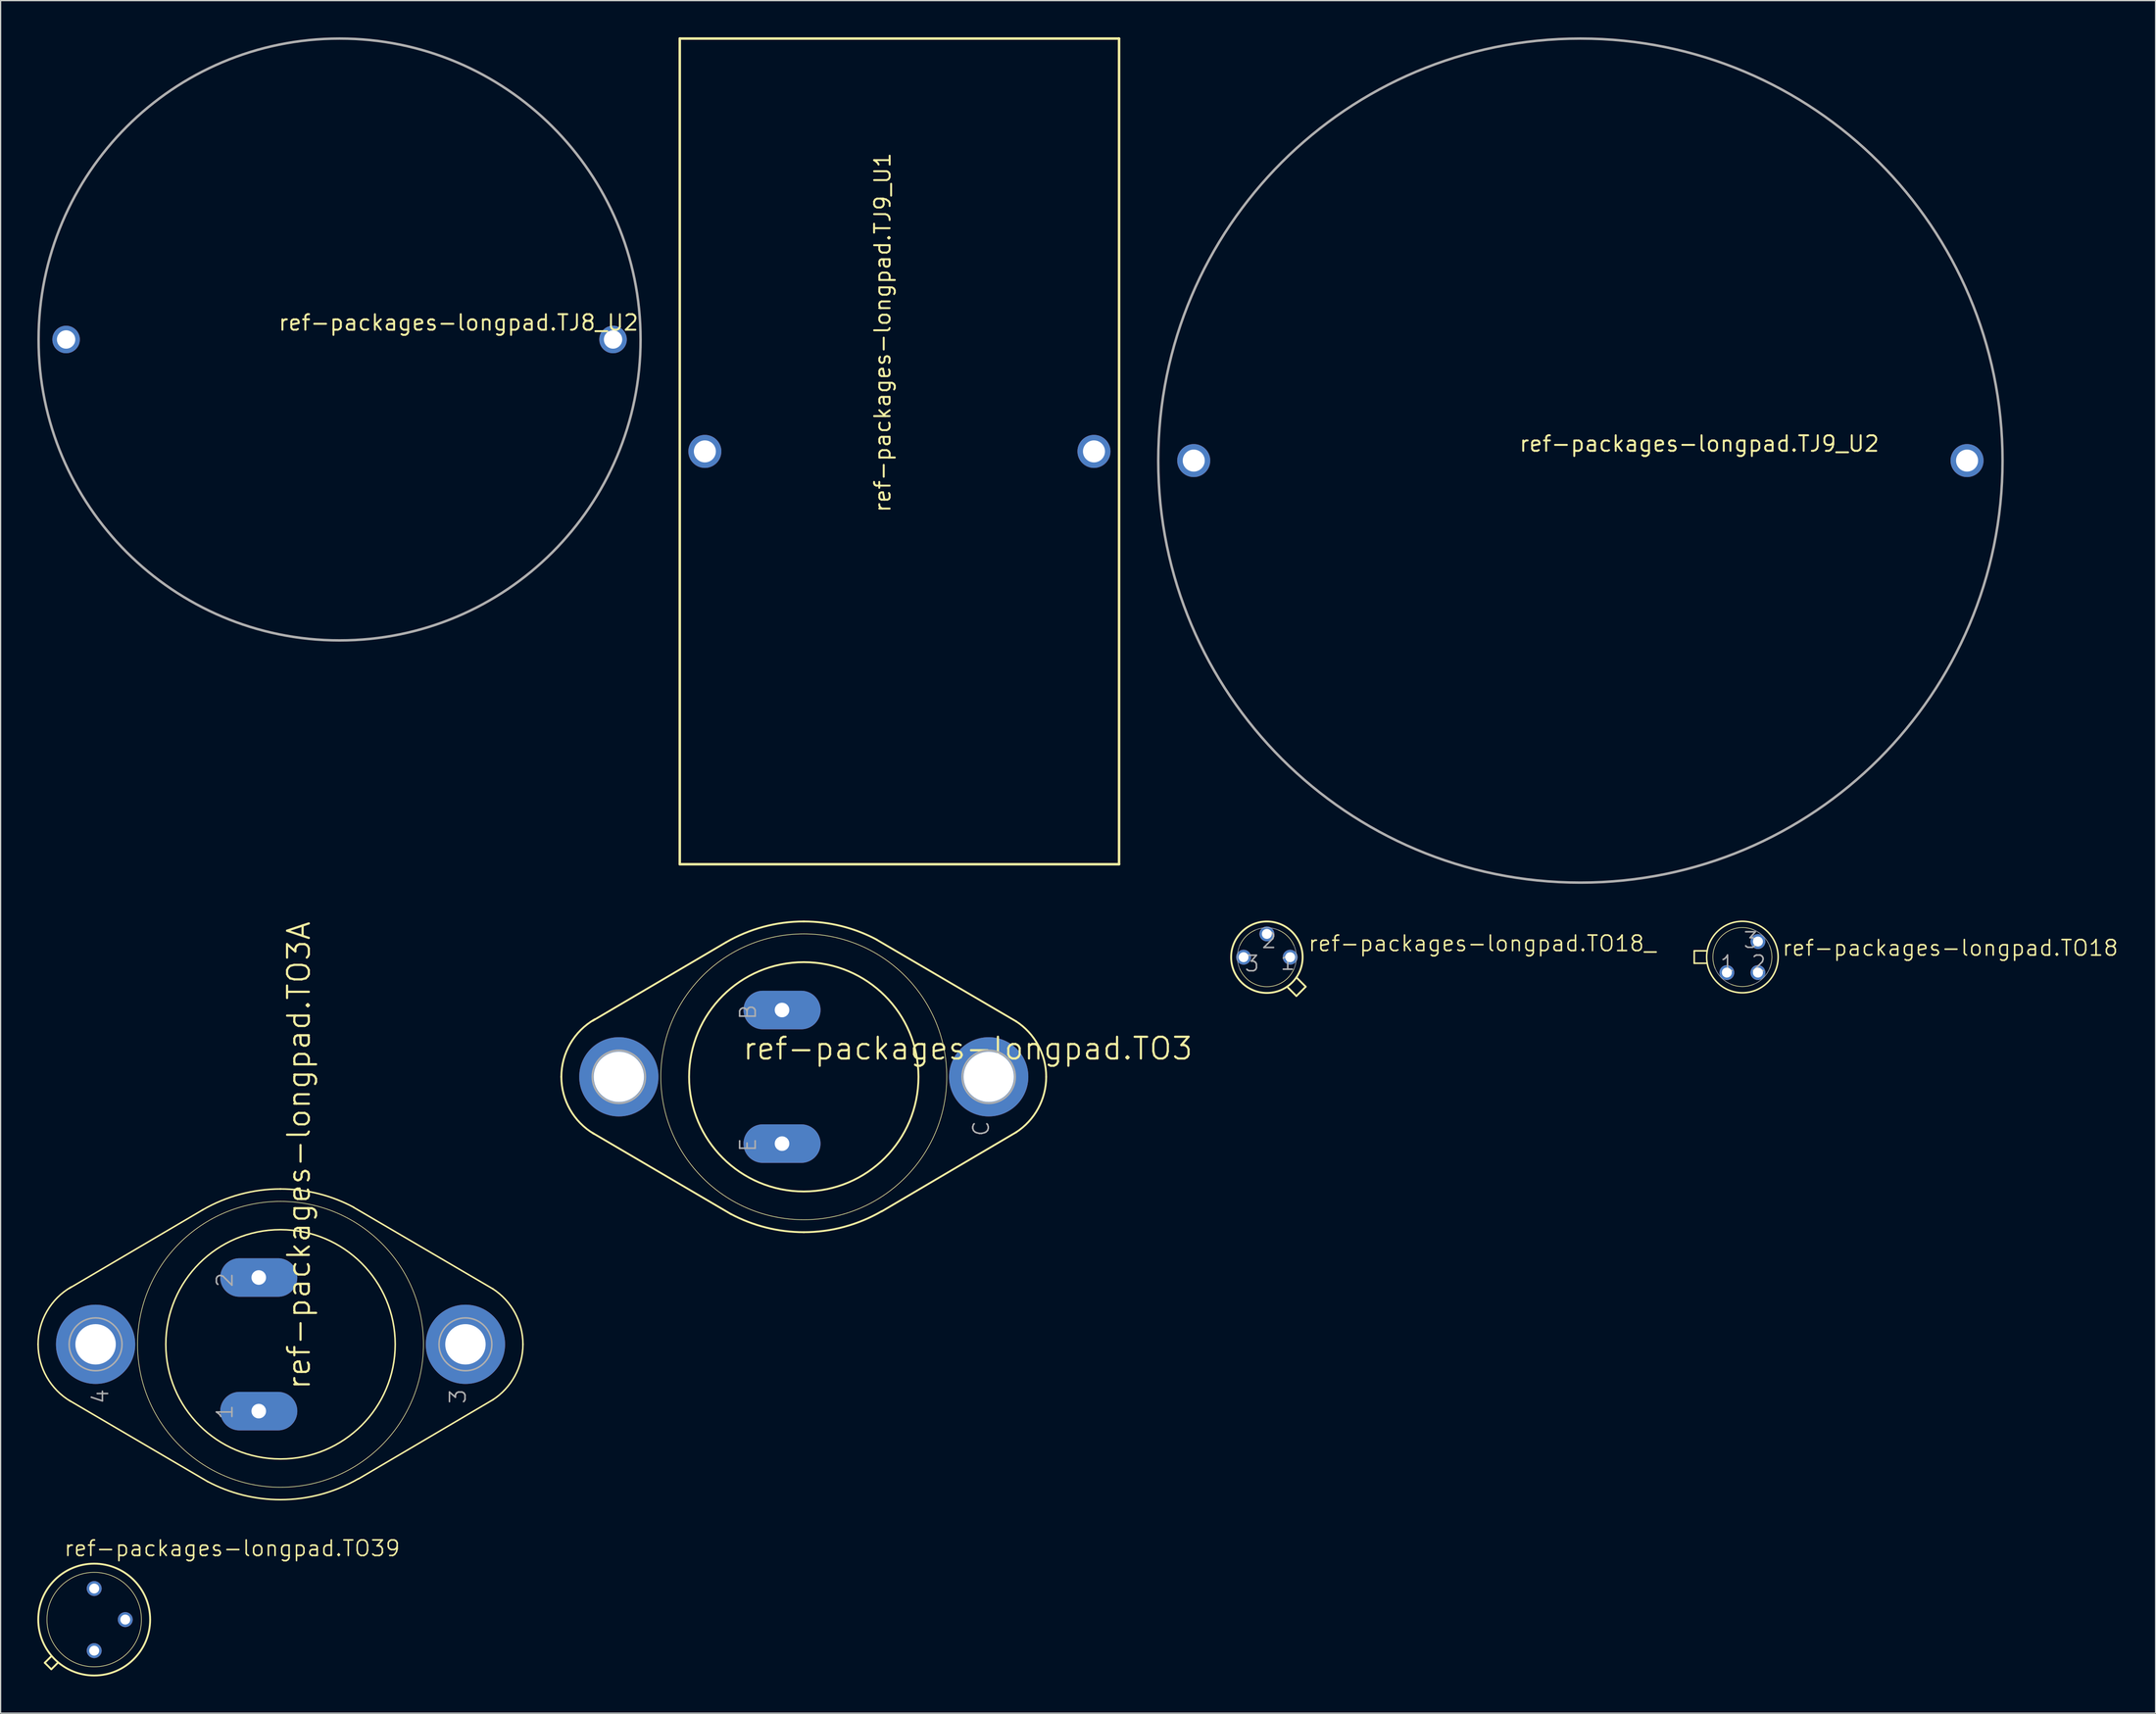
<source format=kicad_pcb>
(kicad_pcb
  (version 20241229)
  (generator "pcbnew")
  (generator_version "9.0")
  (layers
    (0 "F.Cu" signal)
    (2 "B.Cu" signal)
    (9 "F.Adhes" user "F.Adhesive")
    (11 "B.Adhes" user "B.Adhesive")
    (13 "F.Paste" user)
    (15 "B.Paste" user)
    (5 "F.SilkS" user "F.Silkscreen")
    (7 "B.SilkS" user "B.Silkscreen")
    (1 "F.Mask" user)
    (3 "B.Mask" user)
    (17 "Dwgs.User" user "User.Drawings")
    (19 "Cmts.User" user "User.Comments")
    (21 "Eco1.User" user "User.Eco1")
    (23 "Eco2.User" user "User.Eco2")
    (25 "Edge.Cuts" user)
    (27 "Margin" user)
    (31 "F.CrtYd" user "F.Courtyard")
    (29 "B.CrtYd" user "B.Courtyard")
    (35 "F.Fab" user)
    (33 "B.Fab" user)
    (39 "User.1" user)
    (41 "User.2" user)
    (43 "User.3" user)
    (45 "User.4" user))
  (footprint "ref-packages-longpad.TJ9_U1"
    (layer "F.Cu")
    (at 70.455 33.852)
    (property "Reference" "ref-packages-longpad.TJ9_U1" (at -0.635 5.08 90) (layer "F.SilkS") (effects (font (size 1.27 1.27) (thickness 0.16)) (justify left bottom)))
    (attr through_hole)
    (fp_line (start -17.95 -33.75) (end 17.95 -33.75) (stroke (width 0.203) (type default)) (layer "F.SilkS"))
    (fp_line (start -17.95 33.75) (end -17.95 -33.75) (stroke (width 0.203) (type default)) (layer "F.SilkS"))
    (fp_line (start 17.95 -33.75) (end 17.95 33.75) (stroke (width 0.203) (type default)) (layer "F.SilkS"))
    (fp_line (start 17.95 33.75) (end -17.95 33.75) (stroke (width 0.203) (type default)) (layer "F.SilkS"))
    (pad "1" thru_hole circle (at -15.9 0) (size 2.7 2.7) (drill 1.8) (layers "*.Cu" "*.Mask"))
    (pad "2" thru_hole circle (at 15.9 0) (size 2.7 2.7) (drill 1.8) (layers "*.Cu" "*.Mask")))
  (footprint "ref-packages-longpad.TO3A"
    (layer "F.Cu")
    (at 19.875 106.847)
    (property "Reference" "ref-packages-longpad.TO3A" (at 2.54 3.81 90) (layer "F.SilkS") (effects (font (size 1.778 1.778) (thickness 0.18)) (justify left bottom)))
    (attr through_hole)
    (fp_line (start -6.35 -10.998) (end -17.272 -4.572) (stroke (width 0.127) (type default)) (layer "F.SilkS"))
    (fp_line (start -5.944 11.227) (end -17.247 4.597) (stroke (width 0.127) (type default)) (layer "F.SilkS"))
    (fp_line (start 5.969 -11.201) (end 17.374 -4.521) (stroke (width 0.127) (type default)) (layer "F.SilkS"))
    (fp_line (start 6.375 10.998) (end 17.374 4.521) (stroke (width 0.127) (type default)) (layer "F.SilkS"))
    (fp_arc (start -19.812 0) (mid -19.08306 -2.712168) (end -17.0927 -4.6935) (stroke (width 0.127) (type default)) (layer "F.SilkS"))
    (fp_arc (start -17.1555 4.657) (mid -19.101186 2.680705) (end -19.812 0) (stroke (width 0.127) (type default)) (layer "F.SilkS"))
    (fp_arc (start -6.3718 -10.9859) (mid -3.299165 -12.263989) (end 0 -12.7) (stroke (width 0.127) (type default)) (layer "F.SilkS"))
    (fp_arc (start 0 -12.7) (mid 3.080216 -12.320822) (end 5.9765 -11.2059) (stroke (width 0.127) (type default)) (layer "F.SilkS"))
    (fp_arc (start 0 12.7) (mid -3.080216 12.320822) (end -5.9765 11.2059) (stroke (width 0.127) (type default)) (layer "F.SilkS"))
    (fp_arc (start 6.3718 10.9859) (mid 3.299165 12.263989) (end 0 12.7) (stroke (width 0.127) (type default)) (layer "F.SilkS"))
    (fp_arc (start 17.3366 -4.545) (mid 19.153012 -2.587691) (end 19.812 0) (stroke (width 0.127) (type default)) (layer "F.SilkS"))
    (fp_arc (start 19.812 0) (mid 19.153012 2.587691) (end 17.3366 4.545) (stroke (width 0.127) (type default)) (layer "F.SilkS"))
    (fp_circle (center 0 0) (end 9.373 0) (stroke (width 0.127) (type default)) (fill no) (layer "F.SilkS"))
    (fp_circle (center 0 0) (end 11.684 0) (stroke (width 0.051) (type default)) (fill no) (layer "F.SilkS"))
    (fp_circle (center -15.113 0) (end -12.954 0) (stroke (width 0.127) (type default)) (fill no) (layer "F.Fab"))
    (fp_circle (center 15.113 0) (end 17.272 0) (stroke (width 0.127) (type default)) (fill no) (layer "F.Fab"))
    (fp_text user "2" (at -3.81 -4.572 90) (layer "F.Fab") (effects (font (size 1.27 1.27) (thickness 0.13)) (justify left bottom)))
    (fp_text user "3" (at 15.24 4.953 90) (layer "F.Fab") (effects (font (size 1.27 1.27) (thickness 0.13)) (justify left bottom)))
    (fp_text user "1" (at -3.81 6.223 90) (layer "F.Fab") (effects (font (size 1.27 1.27) (thickness 0.13)) (justify left bottom)))
    (fp_text user "4" (at -13.97 4.953 90) (layer "F.Fab") (effects (font (size 1.27 1.27) (thickness 0.13)) (justify left bottom)))
    (pad "1" thru_hole oval (at -1.778 5.461) (size 6.299 3.15) (drill 1.194) (layers "*.Cu" "*.Mask"))
    (pad "2" thru_hole oval (at -1.778 -5.461) (size 6.299 3.15) (drill 1.194) (layers "*.Cu" "*.Mask"))
    (pad "3" thru_hole circle (at 15.113 0) (size 6.477 6.477) (drill 3.302) (layers "*.Cu" "*.Mask"))
    (pad "4" thru_hole circle (at -15.113 0) (size 6.477 6.477) (drill 3.302) (layers "*.Cu" "*.Mask")))
  (footprint "ref-packages-longpad.TO18_"
    (layer "F.Cu")
    (at 100.486 75.2)
    (property "Reference" "ref-packages-longpad.TO18_" (at 3.302 -0.381 0) (layer "F.SilkS") (effects (font (size 1.27 1.27) (thickness 0.13)) (justify left bottom)))
    (attr through_hole)
    (fp_line (start 1.649 2.411) (end 2.413 3.175) (stroke (width 0.152) (type default)) (layer "F.SilkS"))
    (fp_line (start 2.411 1.649) (end 3.175 2.413) (stroke (width 0.152) (type default)) (layer "F.SilkS"))
    (fp_line (start 2.413 3.175) (end 3.175 2.413) (stroke (width 0.152) (type default)) (layer "F.SilkS"))
    (fp_arc (start -2.2098 -0.9692) (mid -1.706248 -1.706248) (end -0.9692 -2.2098) (stroke (width 0.0508) (type default)) (layer "F.SilkS"))
    (fp_arc (start 0.9692 -2.2098) (mid 1.706248 -1.706248) (end 2.2098 -0.9692) (stroke (width 0.0508) (type default)) (layer "F.SilkS"))
    (fp_arc (start 2.2098 0.9692) (mid 0 2.412999) (end -2.2098 0.9692) (stroke (width 0.0508) (type default)) (layer "F.SilkS"))
    (fp_circle (center 0 0) (end 2.921 0) (stroke (width 0.152) (type default)) (fill no) (layer "F.SilkS"))
    (fp_arc (start -2.2098 0.9692) (mid -2.412999 0) (end -2.2098 -0.9692) (stroke (width 0.0508) (type default)) (layer "F.Fab"))
    (fp_arc (start -0.9692 -2.2098) (mid 0 -2.412999) (end 0.9692 -2.2098) (stroke (width 0.0508) (type default)) (layer "F.Fab"))
    (fp_arc (start 2.2098 -0.9692) (mid 2.412999 0) (end 2.2098 0.9692) (stroke (width 0.0508) (type default)) (layer "F.Fab"))
    (fp_text user "1" (at 1.016 1.143 0) (layer "F.Fab") (effects (font (size 1.27 1.27) (thickness 0.13)) (justify left bottom)))
    (fp_text user "3" (at -1.905 1.27 0) (layer "F.Fab") (effects (font (size 1.27 1.27) (thickness 0.13)) (justify left bottom)))
    (fp_text user "2" (at -0.508 -0.635 0) (layer "F.Fab") (effects (font (size 1.27 1.27) (thickness 0.13)) (justify left bottom)))
    (pad "1" thru_hole circle (at 1.905 0) (size 1.219 1.219) (drill 0.813) (layers "*.Cu" "*.Mask"))
    (pad "2" thru_hole circle (at 0 -1.905) (size 1.219 1.219) (drill 0.813) (layers "*.Cu" "*.Mask"))
    (pad "3" thru_hole circle (at -1.905 0) (size 1.219 1.219) (drill 0.813) (layers "*.Cu" "*.Mask")))
  (footprint "ref-packages-longpad.TJ8_U2"
    (layer "F.Cu")
    (at 24.702 24.702)
    (property "Reference" "ref-packages-longpad.TJ8_U2" (at -5.08 -0.635 0) (layer "F.SilkS") (effects (font (size 1.27 1.27) (thickness 0.16)) (justify left bottom)))
    (attr through_hole)
    (fp_circle (center 0 0) (end 24.6 0) (stroke (width 0.203) (type default)) (fill no) (layer "F.Fab"))
    (pad "1" thru_hole circle (at -22.35 0) (size 2.25 2.25) (drill 1.5) (layers "*.Cu" "*.Mask"))
    (pad "2" thru_hole circle (at 22.35 0) (size 2.25 2.25) (drill 1.5) (layers "*.Cu" "*.Mask")))
  (footprint "ref-packages-longpad.TO3"
    (layer "F.Cu")
    (at 62.639 84.979)
    (property "Reference" "ref-packages-longpad.TO3" (at -5.08 -1.27 0) (layer "F.SilkS") (effects (font (size 1.778 1.778) (thickness 0.18)) (justify left bottom)))
    (attr through_hole)
    (fp_line (start -6.35 -10.998) (end -17.272 -4.572) (stroke (width 0.152) (type default)) (layer "F.SilkS"))
    (fp_line (start -5.944 11.227) (end -17.247 4.597) (stroke (width 0.152) (type default)) (layer "F.SilkS"))
    (fp_line (start 5.969 -11.201) (end 17.374 -4.521) (stroke (width 0.152) (type default)) (layer "F.SilkS"))
    (fp_line (start 6.375 10.998) (end 17.374 4.521) (stroke (width 0.152) (type default)) (layer "F.SilkS"))
    (fp_arc (start -19.812 0) (mid -19.08306 -2.712168) (end -17.0927 -4.6935) (stroke (width 0.1524) (type default)) (layer "F.SilkS"))
    (fp_arc (start -17.1555 4.657) (mid -19.101186 2.680705) (end -19.812 0) (stroke (width 0.1524) (type default)) (layer "F.SilkS"))
    (fp_arc (start -6.3718 -10.9859) (mid -3.299165 -12.263989) (end 0 -12.7) (stroke (width 0.1524) (type default)) (layer "F.SilkS"))
    (fp_arc (start 0 -12.7) (mid 3.080216 -12.320822) (end 5.9765 -11.2059) (stroke (width 0.1524) (type default)) (layer "F.SilkS"))
    (fp_arc (start 0 12.7) (mid -3.080216 12.320822) (end -5.9765 11.2059) (stroke (width 0.1524) (type default)) (layer "F.SilkS"))
    (fp_arc (start 6.3718 10.9859) (mid 3.299165 12.263989) (end 0 12.7) (stroke (width 0.1524) (type default)) (layer "F.SilkS"))
    (fp_arc (start 17.3366 -4.545) (mid 19.153012 -2.587691) (end 19.812 0) (stroke (width 0.1524) (type default)) (layer "F.SilkS"))
    (fp_arc (start 19.812 0) (mid 19.153012 2.587691) (end 17.3366 4.545) (stroke (width 0.1524) (type default)) (layer "F.SilkS"))
    (fp_circle (center 0 0) (end 9.373 0) (stroke (width 0.152) (type default)) (fill no) (layer "F.SilkS"))
    (fp_circle (center 0 0) (end 11.684 0) (stroke (width 0.051) (type default)) (fill no) (layer "F.SilkS"))
    (fp_circle (center -15.113 0) (end -12.954 0) (stroke (width 0.152) (type default)) (fill no) (layer "F.Fab"))
    (fp_circle (center 15.113 0) (end 17.272 0) (stroke (width 0.152) (type default)) (fill no) (layer "F.Fab"))
    (fp_text user "C" (at 15.24 4.953 90) (layer "F.Fab") (effects (font (size 1.27 1.27) (thickness 0.13)) (justify left bottom)))
    (fp_text user "E" (at -3.81 6.223 90) (layer "F.Fab") (effects (font (size 1.27 1.27) (thickness 0.13)) (justify left bottom)))
    (fp_text user "B" (at -3.81 -4.572 90) (layer "F.Fab") (effects (font (size 1.27 1.27) (thickness 0.13)) (justify left bottom)))
    (pad "B" thru_hole oval (at -1.778 -5.461) (size 6.299 3.15) (drill 1.194) (layers "*.Cu" "*.Mask"))
    (pad "C" thru_hole circle (at 15.113 0) (size 6.477 6.477) (drill 4.115) (layers "*.Cu" "*.Mask"))
    (pad "C/" thru_hole circle (at -15.113 0) (size 6.477 6.477) (drill 4.115) (layers "*.Cu" "*.Mask"))
    (pad "E" thru_hole oval (at -1.778 5.461) (size 6.299 3.15) (drill 1.194) (layers "*.Cu" "*.Mask")))
  (footprint "ref-packages-longpad.TJ9_U2"
    (layer "F.Cu")
    (at 126.108 34.602)
    (property "Reference" "ref-packages-longpad.TJ9_U2" (at -5.08 -0.635 0) (layer "F.SilkS") (effects (font (size 1.27 1.27) (thickness 0.16)) (justify left bottom)))
    (attr through_hole)
    (fp_circle (center 0 0) (end 34.5 0) (stroke (width 0.203) (type default)) (fill no) (layer "F.Fab"))
    (pad "1" thru_hole circle (at -31.6 0) (size 2.7 2.7) (drill 1.8) (layers "*.Cu" "*.Mask"))
    (pad "2" thru_hole circle (at 31.6 0) (size 2.7 2.7) (drill 1.8) (layers "*.Cu" "*.Mask")))
  (footprint "ref-packages-longpad.TO39"
    (layer "F.Cu")
    (at 4.648 129.35)
    (property "Reference" "ref-packages-longpad.TO39" (at -2.54 -5.08 0) (layer "F.SilkS") (effects (font (size 1.27 1.27) (thickness 0.13)) (justify left bottom)))
    (attr through_hole)
    (fp_line (start -4.039 3.531) (end -3.505 2.997) (stroke (width 0.152) (type default)) (layer "F.SilkS"))
    (fp_line (start -3.505 4.064) (end -4.039 3.531) (stroke (width 0.152) (type default)) (layer "F.SilkS"))
    (fp_line (start -2.972 3.531) (end -3.505 4.064) (stroke (width 0.152) (type default)) (layer "F.SilkS"))
    (fp_circle (center 0 0) (end 3.861 0) (stroke (width 0.051) (type default)) (fill no) (layer "F.SilkS"))
    (fp_circle (center 0 0) (end 4.572 0) (stroke (width 0.152) (type default)) (fill no) (layer "F.SilkS"))
    (pad "1" thru_hole circle (at 0 2.54) (size 1.219 1.219) (drill 0.813) (layers "*.Cu" "*.Mask"))
    (pad "2" thru_hole circle (at 2.54 0) (size 1.219 1.219) (drill 0.813) (layers "*.Cu" "*.Mask"))
    (pad "3" thru_hole circle (at 0 -2.54) (size 1.219 1.219) (drill 0.813) (layers "*.Cu" "*.Mask")))
  (footprint "ref-packages-longpad.TO18"
    (layer "F.Cu")
    (at 139.348 75.188)
    (property "Reference" "ref-packages-longpad.TO18" (at 3.175 0 0) (layer "F.SilkS") (effects (font (size 1.27 1.27) (thickness 0.13)) (justify left bottom)))
    (attr through_hole)
    (fp_line (start -3.937 -0.508) (end -2.877 -0.508) (stroke (width 0.127) (type default)) (layer "F.SilkS"))
    (fp_line (start -3.937 0.508) (end -3.937 -0.508) (stroke (width 0.127) (type default)) (layer "F.SilkS"))
    (fp_line (start -3.937 0.508) (end -2.877 0.508) (stroke (width 0.127) (type default)) (layer "F.SilkS"))
    (fp_arc (start -2.227 0.9289) (mid -1.706187 -1.706287) (end 0.929 -2.2271) (stroke (width 0.0508) (type default)) (layer "F.SilkS"))
    (fp_arc (start 0.9289 2.227) (mid 0 2.412962) (end -0.9289 2.227) (stroke (width 0.0508) (type default)) (layer "F.SilkS"))
    (fp_arc (start 2.227 -0.9289) (mid 2.412962 0) (end 2.227 0.9289) (stroke (width 0.0508) (type default)) (layer "F.SilkS"))
    (fp_circle (center 0 0) (end 2.921 0) (stroke (width 0.127) (type default)) (fill no) (layer "F.SilkS"))
    (fp_arc (start -0.9289 2.227) (mid -1.706222 1.706222) (end -2.227 0.9289) (stroke (width 0.0508) (type default)) (layer "F.Fab"))
    (fp_arc (start 0.9289 -2.227) (mid 1.706222 -1.706222) (end 2.227 -0.9289) (stroke (width 0.0508) (type default)) (layer "F.Fab"))
    (fp_arc (start 2.227 0.9289) (mid 1.706222 1.706222) (end 0.9289 2.227) (stroke (width 0.0508) (type default)) (layer "F.Fab"))
    (fp_text user "3" (at 0 -0.635 0) (layer "F.Fab") (effects (font (size 1.27 1.27) (thickness 0.13)) (justify left bottom)))
    (fp_text user "1" (at -1.905 1.27 0) (layer "F.Fab") (effects (font (size 1.27 1.27) (thickness 0.13)) (justify left bottom)))
    (fp_text user "2" (at 0.635 1.27 0) (layer "F.Fab") (effects (font (size 1.27 1.27) (thickness 0.13)) (justify left bottom)))
    (pad "1" thru_hole circle (at -1.27 1.27) (size 1.219 1.219) (drill 0.813) (layers "*.Cu" "*.Mask"))
    (pad "2" thru_hole circle (at 1.27 1.27) (size 1.219 1.219) (drill 0.813) (layers "*.Cu" "*.Mask"))
    (pad "3" thru_hole circle (at 1.27 -1.27) (size 1.219 1.219) (drill 0.813) (layers "*.Cu" "*.Mask")))
  (gr_rect
    (start -3 -3)
    (end 173.116 136.999)
    (stroke (width 0.1) (type default))
    (fill no)
    (layer "Edge.Cuts")))
</source>
